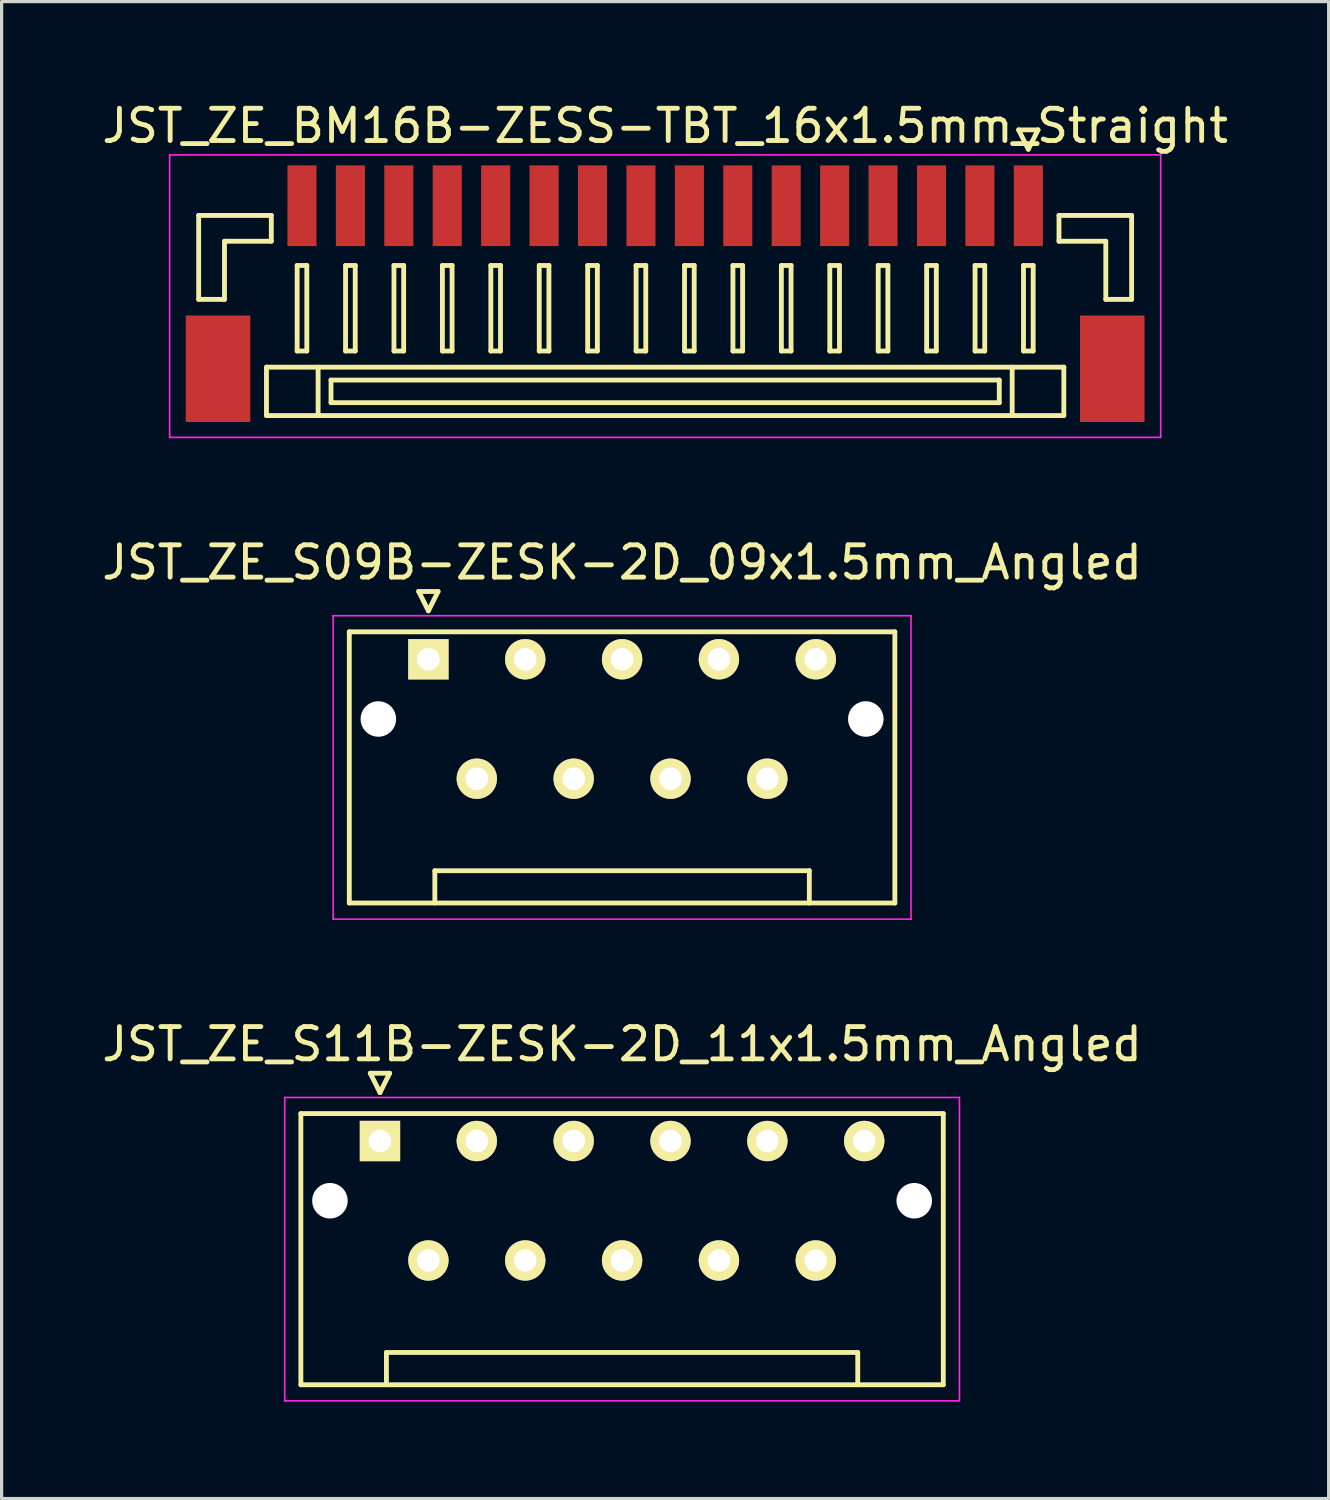
<source format=kicad_pcb>
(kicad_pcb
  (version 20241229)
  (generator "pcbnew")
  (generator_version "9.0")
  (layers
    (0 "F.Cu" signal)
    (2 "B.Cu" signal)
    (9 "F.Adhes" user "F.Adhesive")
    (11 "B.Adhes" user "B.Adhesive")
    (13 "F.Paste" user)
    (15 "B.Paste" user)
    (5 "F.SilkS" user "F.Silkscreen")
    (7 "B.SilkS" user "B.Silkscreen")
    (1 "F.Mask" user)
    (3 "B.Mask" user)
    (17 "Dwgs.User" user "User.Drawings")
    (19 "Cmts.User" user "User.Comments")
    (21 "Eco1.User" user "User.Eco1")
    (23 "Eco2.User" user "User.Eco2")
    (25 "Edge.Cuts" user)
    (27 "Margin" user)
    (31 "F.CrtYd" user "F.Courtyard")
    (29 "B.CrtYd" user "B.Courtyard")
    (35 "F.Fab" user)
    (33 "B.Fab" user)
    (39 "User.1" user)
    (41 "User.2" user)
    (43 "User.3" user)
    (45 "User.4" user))
  (footprint "JST_ZE_BM16B-ZESS-TBT_16x1.5mm_Straight"
    (layer "F.Cu")
    (at 17.554 5.848)
    (property "Reference" "JST_ZE_BM16B-ZESS-TBT_16x1.5mm_Straight" (at 0 -5 0) (layer "F.SilkS") (effects (font (size 1 1) (thickness 0.15))))
    (attr smd)
    (fp_line (start -14.45 -2.225) (end -14.45 0.375) (stroke (width 0.15) (type solid)) (layer "F.SilkS"))
    (fp_line (start -14.45 0.375) (end -13.65 0.375) (stroke (width 0.15) (type solid)) (layer "F.SilkS"))
    (fp_line (start -13.65 -1.425) (end -12.2 -1.425) (stroke (width 0.15) (type solid)) (layer "F.SilkS"))
    (fp_line (start -13.65 0.375) (end -13.65 -1.425) (stroke (width 0.15) (type solid)) (layer "F.SilkS"))
    (fp_line (start -12.35 2.475) (end -12.35 3.975) (stroke (width 0.15) (type solid)) (layer "F.SilkS"))
    (fp_line (start -12.35 3.975) (end 12.35 3.975) (stroke (width 0.15) (type solid)) (layer "F.SilkS"))
    (fp_line (start -12.2 -2.225) (end -14.45 -2.225) (stroke (width 0.15) (type solid)) (layer "F.SilkS"))
    (fp_line (start -12.2 -1.425) (end -12.2 -2.225) (stroke (width 0.15) (type solid)) (layer "F.SilkS"))
    (fp_line (start -11.4 -0.675) (end -11.4 1.975) (stroke (width 0.15) (type solid)) (layer "F.SilkS"))
    (fp_line (start -11.4 1.975) (end -11.1 1.975) (stroke (width 0.15) (type solid)) (layer "F.SilkS"))
    (fp_line (start -11.1 -0.675) (end -11.4 -0.675) (stroke (width 0.15) (type solid)) (layer "F.SilkS"))
    (fp_line (start -11.1 1.975) (end -11.1 -0.675) (stroke (width 0.15) (type solid)) (layer "F.SilkS"))
    (fp_line (start -10.75 2.475) (end -10.75 3.975) (stroke (width 0.15) (type solid)) (layer "F.SilkS"))
    (fp_line (start -10.35 2.875) (end -10.35 3.575) (stroke (width 0.15) (type solid)) (layer "F.SilkS"))
    (fp_line (start -10.35 3.575) (end 10.35 3.575) (stroke (width 0.15) (type solid)) (layer "F.SilkS"))
    (fp_line (start -9.9 -0.675) (end -9.9 1.975) (stroke (width 0.15) (type solid)) (layer "F.SilkS"))
    (fp_line (start -9.9 1.975) (end -9.6 1.975) (stroke (width 0.15) (type solid)) (layer "F.SilkS"))
    (fp_line (start -9.6 -0.675) (end -9.9 -0.675) (stroke (width 0.15) (type solid)) (layer "F.SilkS"))
    (fp_line (start -9.6 1.975) (end -9.6 -0.675) (stroke (width 0.15) (type solid)) (layer "F.SilkS"))
    (fp_line (start -8.4 -0.675) (end -8.4 1.975) (stroke (width 0.15) (type solid)) (layer "F.SilkS"))
    (fp_line (start -8.4 1.975) (end -8.1 1.975) (stroke (width 0.15) (type solid)) (layer "F.SilkS"))
    (fp_line (start -8.1 -0.675) (end -8.4 -0.675) (stroke (width 0.15) (type solid)) (layer "F.SilkS"))
    (fp_line (start -8.1 1.975) (end -8.1 -0.675) (stroke (width 0.15) (type solid)) (layer "F.SilkS"))
    (fp_line (start -6.9 -0.675) (end -6.9 1.975) (stroke (width 0.15) (type solid)) (layer "F.SilkS"))
    (fp_line (start -6.9 1.975) (end -6.6 1.975) (stroke (width 0.15) (type solid)) (layer "F.SilkS"))
    (fp_line (start -6.6 -0.675) (end -6.9 -0.675) (stroke (width 0.15) (type solid)) (layer "F.SilkS"))
    (fp_line (start -6.6 1.975) (end -6.6 -0.675) (stroke (width 0.15) (type solid)) (layer "F.SilkS"))
    (fp_line (start -5.4 -0.675) (end -5.4 1.975) (stroke (width 0.15) (type solid)) (layer "F.SilkS"))
    (fp_line (start -5.4 1.975) (end -5.1 1.975) (stroke (width 0.15) (type solid)) (layer "F.SilkS"))
    (fp_line (start -5.1 -0.675) (end -5.4 -0.675) (stroke (width 0.15) (type solid)) (layer "F.SilkS"))
    (fp_line (start -5.1 1.975) (end -5.1 -0.675) (stroke (width 0.15) (type solid)) (layer "F.SilkS"))
    (fp_line (start -3.9 -0.675) (end -3.9 1.975) (stroke (width 0.15) (type solid)) (layer "F.SilkS"))
    (fp_line (start -3.9 1.975) (end -3.6 1.975) (stroke (width 0.15) (type solid)) (layer "F.SilkS"))
    (fp_line (start -3.6 -0.675) (end -3.9 -0.675) (stroke (width 0.15) (type solid)) (layer "F.SilkS"))
    (fp_line (start -3.6 1.975) (end -3.6 -0.675) (stroke (width 0.15) (type solid)) (layer "F.SilkS"))
    (fp_line (start -2.4 -0.675) (end -2.4 1.975) (stroke (width 0.15) (type solid)) (layer "F.SilkS"))
    (fp_line (start -2.4 1.975) (end -2.1 1.975) (stroke (width 0.15) (type solid)) (layer "F.SilkS"))
    (fp_line (start -2.1 -0.675) (end -2.4 -0.675) (stroke (width 0.15) (type solid)) (layer "F.SilkS"))
    (fp_line (start -2.1 1.975) (end -2.1 -0.675) (stroke (width 0.15) (type solid)) (layer "F.SilkS"))
    (fp_line (start -0.9 -0.675) (end -0.9 1.975) (stroke (width 0.15) (type solid)) (layer "F.SilkS"))
    (fp_line (start -0.9 1.975) (end -0.6 1.975) (stroke (width 0.15) (type solid)) (layer "F.SilkS"))
    (fp_line (start -0.6 -0.675) (end -0.9 -0.675) (stroke (width 0.15) (type solid)) (layer "F.SilkS"))
    (fp_line (start -0.6 1.975) (end -0.6 -0.675) (stroke (width 0.15) (type solid)) (layer "F.SilkS"))
    (fp_line (start 0.6 -0.675) (end 0.6 1.975) (stroke (width 0.15) (type solid)) (layer "F.SilkS"))
    (fp_line (start 0.6 1.975) (end 0.9 1.975) (stroke (width 0.15) (type solid)) (layer "F.SilkS"))
    (fp_line (start 0.9 -0.675) (end 0.6 -0.675) (stroke (width 0.15) (type solid)) (layer "F.SilkS"))
    (fp_line (start 0.9 1.975) (end 0.9 -0.675) (stroke (width 0.15) (type solid)) (layer "F.SilkS"))
    (fp_line (start 2.1 -0.675) (end 2.1 1.975) (stroke (width 0.15) (type solid)) (layer "F.SilkS"))
    (fp_line (start 2.1 1.975) (end 2.4 1.975) (stroke (width 0.15) (type solid)) (layer "F.SilkS"))
    (fp_line (start 2.4 -0.675) (end 2.1 -0.675) (stroke (width 0.15) (type solid)) (layer "F.SilkS"))
    (fp_line (start 2.4 1.975) (end 2.4 -0.675) (stroke (width 0.15) (type solid)) (layer "F.SilkS"))
    (fp_line (start 3.6 -0.675) (end 3.6 1.975) (stroke (width 0.15) (type solid)) (layer "F.SilkS"))
    (fp_line (start 3.6 1.975) (end 3.9 1.975) (stroke (width 0.15) (type solid)) (layer "F.SilkS"))
    (fp_line (start 3.9 -0.675) (end 3.6 -0.675) (stroke (width 0.15) (type solid)) (layer "F.SilkS"))
    (fp_line (start 3.9 1.975) (end 3.9 -0.675) (stroke (width 0.15) (type solid)) (layer "F.SilkS"))
    (fp_line (start 5.1 -0.675) (end 5.1 1.975) (stroke (width 0.15) (type solid)) (layer "F.SilkS"))
    (fp_line (start 5.1 1.975) (end 5.4 1.975) (stroke (width 0.15) (type solid)) (layer "F.SilkS"))
    (fp_line (start 5.4 -0.675) (end 5.1 -0.675) (stroke (width 0.15) (type solid)) (layer "F.SilkS"))
    (fp_line (start 5.4 1.975) (end 5.4 -0.675) (stroke (width 0.15) (type solid)) (layer "F.SilkS"))
    (fp_line (start 6.6 -0.675) (end 6.6 1.975) (stroke (width 0.15) (type solid)) (layer "F.SilkS"))
    (fp_line (start 6.6 1.975) (end 6.9 1.975) (stroke (width 0.15) (type solid)) (layer "F.SilkS"))
    (fp_line (start 6.9 -0.675) (end 6.6 -0.675) (stroke (width 0.15) (type solid)) (layer "F.SilkS"))
    (fp_line (start 6.9 1.975) (end 6.9 -0.675) (stroke (width 0.15) (type solid)) (layer "F.SilkS"))
    (fp_line (start 8.1 -0.675) (end 8.1 1.975) (stroke (width 0.15) (type solid)) (layer "F.SilkS"))
    (fp_line (start 8.1 1.975) (end 8.4 1.975) (stroke (width 0.15) (type solid)) (layer "F.SilkS"))
    (fp_line (start 8.4 -0.675) (end 8.1 -0.675) (stroke (width 0.15) (type solid)) (layer "F.SilkS"))
    (fp_line (start 8.4 1.975) (end 8.4 -0.675) (stroke (width 0.15) (type solid)) (layer "F.SilkS"))
    (fp_line (start 9.6 -0.675) (end 9.6 1.975) (stroke (width 0.15) (type solid)) (layer "F.SilkS"))
    (fp_line (start 9.6 1.975) (end 9.9 1.975) (stroke (width 0.15) (type solid)) (layer "F.SilkS"))
    (fp_line (start 9.9 -0.675) (end 9.6 -0.675) (stroke (width 0.15) (type solid)) (layer "F.SilkS"))
    (fp_line (start 9.9 1.975) (end 9.9 -0.675) (stroke (width 0.15) (type solid)) (layer "F.SilkS"))
    (fp_line (start 10.35 2.875) (end -10.35 2.875) (stroke (width 0.15) (type solid)) (layer "F.SilkS"))
    (fp_line (start 10.35 3.575) (end 10.35 2.875) (stroke (width 0.15) (type solid)) (layer "F.SilkS"))
    (fp_line (start 10.75 2.475) (end 10.75 3.975) (stroke (width 0.15) (type solid)) (layer "F.SilkS"))
    (fp_line (start 10.95 -4.875) (end 11.25 -4.275) (stroke (width 0.15) (type solid)) (layer "F.SilkS"))
    (fp_line (start 11.1 -0.675) (end 11.1 1.975) (stroke (width 0.15) (type solid)) (layer "F.SilkS"))
    (fp_line (start 11.1 1.975) (end 11.4 1.975) (stroke (width 0.15) (type solid)) (layer "F.SilkS"))
    (fp_line (start 11.25 -4.275) (end 11.55 -4.875) (stroke (width 0.15) (type solid)) (layer "F.SilkS"))
    (fp_line (start 11.4 -0.675) (end 11.1 -0.675) (stroke (width 0.15) (type solid)) (layer "F.SilkS"))
    (fp_line (start 11.4 1.975) (end 11.4 -0.675) (stroke (width 0.15) (type solid)) (layer "F.SilkS"))
    (fp_line (start 11.55 -4.875) (end 10.95 -4.875) (stroke (width 0.15) (type solid)) (layer "F.SilkS"))
    (fp_line (start 12.2 -2.225) (end 14.45 -2.225) (stroke (width 0.15) (type solid)) (layer "F.SilkS"))
    (fp_line (start 12.2 -1.425) (end 12.2 -2.225) (stroke (width 0.15) (type solid)) (layer "F.SilkS"))
    (fp_line (start 12.35 2.475) (end -12.35 2.475) (stroke (width 0.15) (type solid)) (layer "F.SilkS"))
    (fp_line (start 12.35 3.975) (end 12.35 2.475) (stroke (width 0.15) (type solid)) (layer "F.SilkS"))
    (fp_line (start 13.65 -1.425) (end 12.2 -1.425) (stroke (width 0.15) (type solid)) (layer "F.SilkS"))
    (fp_line (start 13.65 0.375) (end 13.65 -1.425) (stroke (width 0.15) (type solid)) (layer "F.SilkS"))
    (fp_line (start 14.45 -2.225) (end 14.45 0.375) (stroke (width 0.15) (type solid)) (layer "F.SilkS"))
    (fp_line (start 14.45 0.375) (end 13.65 0.375) (stroke (width 0.15) (type solid)) (layer "F.SilkS"))
    (fp_line (start -15.35 -4.1) (end -15.35 4.65) (stroke (width 0.05) (type solid)) (layer "F.CrtYd"))
    (fp_line (start -15.35 4.65) (end 15.35 4.65) (stroke (width 0.05) (type solid)) (layer "F.CrtYd"))
    (fp_line (start 15.35 -4.1) (end -15.35 -4.1) (stroke (width 0.05) (type solid)) (layer "F.CrtYd"))
    (fp_line (start 15.35 4.65) (end 15.35 -4.1) (stroke (width 0.05) (type solid)) (layer "F.CrtYd"))
    (pad "" smd rect (at -13.85 2.525) (size 2 3.3) (layers "F.Cu" "F.Mask" "F.Paste"))
    (pad "" smd rect (at 13.85 2.525) (size 2 3.3) (layers "F.Cu" "F.Mask" "F.Paste"))
    (pad "1" smd rect (at 11.25 -2.525) (size 0.9 2.5) (layers "F.Cu" "F.Mask" "F.Paste"))
    (pad "2" smd rect (at 9.75 -2.525) (size 0.9 2.5) (layers "F.Cu" "F.Mask" "F.Paste"))
    (pad "3" smd rect (at 8.25 -2.525) (size 0.9 2.5) (layers "F.Cu" "F.Mask" "F.Paste"))
    (pad "4" smd rect (at 6.75 -2.525) (size 0.9 2.5) (layers "F.Cu" "F.Mask" "F.Paste"))
    (pad "5" smd rect (at 5.25 -2.525) (size 0.9 2.5) (layers "F.Cu" "F.Mask" "F.Paste"))
    (pad "6" smd rect (at 3.75 -2.525) (size 0.9 2.5) (layers "F.Cu" "F.Mask" "F.Paste"))
    (pad "7" smd rect (at 2.25 -2.525) (size 0.9 2.5) (layers "F.Cu" "F.Mask" "F.Paste"))
    (pad "8" smd rect (at 0.75 -2.525) (size 0.9 2.5) (layers "F.Cu" "F.Mask" "F.Paste"))
    (pad "9" smd rect (at -0.75 -2.525) (size 0.9 2.5) (layers "F.Cu" "F.Mask" "F.Paste"))
    (pad "10" smd rect (at -2.25 -2.525) (size 0.9 2.5) (layers "F.Cu" "F.Mask" "F.Paste"))
    (pad "11" smd rect (at -3.75 -2.525) (size 0.9 2.5) (layers "F.Cu" "F.Mask" "F.Paste"))
    (pad "12" smd rect (at -5.25 -2.525) (size 0.9 2.5) (layers "F.Cu" "F.Mask" "F.Paste"))
    (pad "13" smd rect (at -6.75 -2.525) (size 0.9 2.5) (layers "F.Cu" "F.Mask" "F.Paste"))
    (pad "14" smd rect (at -8.25 -2.525) (size 0.9 2.5) (layers "F.Cu" "F.Mask" "F.Paste"))
    (pad "15" smd rect (at -9.75 -2.525) (size 0.9 2.5) (layers "F.Cu" "F.Mask" "F.Paste"))
    (pad "16" smd rect (at -11.25 -2.525) (size 0.9 2.5) (layers "F.Cu" "F.Mask" "F.Paste")))
  (footprint "JST_ZE_S09B-ZESK-2D_09x1.5mm_Angled"
    (layer "F.Cu")
    (at 10.22 17.372)
    (property "Reference" "JST_ZE_S09B-ZESK-2D_09x1.5mm_Angled" (at 6 -3 0) (layer "F.SilkS") (effects (font (size 1 1) (thickness 0.15))))
    (attr through_hole)
    (fp_line (start -2.45 -0.85) (end -2.45 7.55) (stroke (width 0.15) (type solid)) (layer "F.SilkS"))
    (fp_line (start -2.45 7.55) (end 14.45 7.55) (stroke (width 0.15) (type solid)) (layer "F.SilkS"))
    (fp_line (start -0.3 -2.1) (end 0.3 -2.1) (stroke (width 0.15) (type solid)) (layer "F.SilkS"))
    (fp_line (start 0 -1.5) (end -0.3 -2.1) (stroke (width 0.15) (type solid)) (layer "F.SilkS"))
    (fp_line (start 0.2 6.55) (end 11.8 6.55) (stroke (width 0.15) (type solid)) (layer "F.SilkS"))
    (fp_line (start 0.2 7.55) (end 0.2 6.55) (stroke (width 0.15) (type solid)) (layer "F.SilkS"))
    (fp_line (start 0.3 -2.1) (end 0 -1.5) (stroke (width 0.15) (type solid)) (layer "F.SilkS"))
    (fp_line (start 11.8 6.55) (end 11.8 7.55) (stroke (width 0.15) (type solid)) (layer "F.SilkS"))
    (fp_line (start 14.45 -0.85) (end -2.45 -0.85) (stroke (width 0.15) (type solid)) (layer "F.SilkS"))
    (fp_line (start 14.45 7.55) (end 14.45 -0.85) (stroke (width 0.15) (type solid)) (layer "F.SilkS"))
    (fp_line (start -2.95 -1.35) (end -2.95 8.05) (stroke (width 0.05) (type solid)) (layer "F.CrtYd"))
    (fp_line (start -2.95 8.05) (end 14.95 8.05) (stroke (width 0.05) (type solid)) (layer "F.CrtYd"))
    (fp_line (start 14.95 -1.35) (end -2.95 -1.35) (stroke (width 0.05) (type solid)) (layer "F.CrtYd"))
    (fp_line (start 14.95 8.05) (end 14.95 -1.35) (stroke (width 0.05) (type solid)) (layer "F.CrtYd"))
    (pad "" np_thru_hole circle (at -1.55 1.85) (size 1.1 1.1) (drill 1.1) (layers "*.Cu"))
    (pad "" np_thru_hole circle (at 13.55 1.85) (size 1.1 1.1) (drill 1.1) (layers "*.Cu"))
    (pad "1" thru_hole rect (at 0 0) (size 1.25 1.25) (drill 0.7) (layers "*.Cu" "*.Mask" "F.SilkS"))
    (pad "2" thru_hole circle (at 1.5 3.7) (size 1.25 1.25) (drill 0.7) (layers "*.Cu" "*.Mask" "F.SilkS"))
    (pad "3" thru_hole circle (at 3 0) (size 1.25 1.25) (drill 0.7) (layers "*.Cu" "*.Mask" "F.SilkS"))
    (pad "4" thru_hole circle (at 4.5 3.7) (size 1.25 1.25) (drill 0.7) (layers "*.Cu" "*.Mask" "F.SilkS"))
    (pad "5" thru_hole circle (at 6 0) (size 1.25 1.25) (drill 0.7) (layers "*.Cu" "*.Mask" "F.SilkS"))
    (pad "6" thru_hole circle (at 7.5 3.7) (size 1.25 1.25) (drill 0.7) (layers "*.Cu" "*.Mask" "F.SilkS"))
    (pad "7" thru_hole circle (at 9 0) (size 1.25 1.25) (drill 0.7) (layers "*.Cu" "*.Mask" "F.SilkS"))
    (pad "8" thru_hole circle (at 10.5 3.7) (size 1.25 1.25) (drill 0.7) (layers "*.Cu" "*.Mask" "F.SilkS"))
    (pad "9" thru_hole circle (at 12 0) (size 1.25 1.25) (drill 0.7) (layers "*.Cu" "*.Mask" "F.SilkS")))
  (footprint "JST_ZE_S11B-ZESK-2D_11x1.5mm_Angled"
    (layer "F.Cu")
    (at 8.72 32.295)
    (property "Reference" "JST_ZE_S11B-ZESK-2D_11x1.5mm_Angled" (at 7.5 -3 0) (layer "F.SilkS") (effects (font (size 1 1) (thickness 0.15))))
    (attr through_hole)
    (fp_line (start -2.45 -0.85) (end -2.45 7.55) (stroke (width 0.15) (type solid)) (layer "F.SilkS"))
    (fp_line (start -2.45 7.55) (end 17.45 7.55) (stroke (width 0.15) (type solid)) (layer "F.SilkS"))
    (fp_line (start -0.3 -2.1) (end 0.3 -2.1) (stroke (width 0.15) (type solid)) (layer "F.SilkS"))
    (fp_line (start 0 -1.5) (end -0.3 -2.1) (stroke (width 0.15) (type solid)) (layer "F.SilkS"))
    (fp_line (start 0.2 6.55) (end 14.8 6.55) (stroke (width 0.15) (type solid)) (layer "F.SilkS"))
    (fp_line (start 0.2 7.55) (end 0.2 6.55) (stroke (width 0.15) (type solid)) (layer "F.SilkS"))
    (fp_line (start 0.3 -2.1) (end 0 -1.5) (stroke (width 0.15) (type solid)) (layer "F.SilkS"))
    (fp_line (start 14.8 6.55) (end 14.8 7.55) (stroke (width 0.15) (type solid)) (layer "F.SilkS"))
    (fp_line (start 17.45 -0.85) (end -2.45 -0.85) (stroke (width 0.15) (type solid)) (layer "F.SilkS"))
    (fp_line (start 17.45 7.55) (end 17.45 -0.85) (stroke (width 0.15) (type solid)) (layer "F.SilkS"))
    (fp_line (start -2.95 -1.35) (end -2.95 8.05) (stroke (width 0.05) (type solid)) (layer "F.CrtYd"))
    (fp_line (start -2.95 8.05) (end 17.95 8.05) (stroke (width 0.05) (type solid)) (layer "F.CrtYd"))
    (fp_line (start 17.95 -1.35) (end -2.95 -1.35) (stroke (width 0.05) (type solid)) (layer "F.CrtYd"))
    (fp_line (start 17.95 8.05) (end 17.95 -1.35) (stroke (width 0.05) (type solid)) (layer "F.CrtYd"))
    (pad "" np_thru_hole circle (at -1.55 1.85) (size 1.1 1.1) (drill 1.1) (layers "*.Cu"))
    (pad "" np_thru_hole circle (at 16.55 1.85) (size 1.1 1.1) (drill 1.1) (layers "*.Cu"))
    (pad "1" thru_hole rect (at 0 0) (size 1.25 1.25) (drill 0.7) (layers "*.Cu" "*.Mask" "F.SilkS"))
    (pad "2" thru_hole circle (at 1.5 3.7) (size 1.25 1.25) (drill 0.7) (layers "*.Cu" "*.Mask" "F.SilkS"))
    (pad "3" thru_hole circle (at 3 0) (size 1.25 1.25) (drill 0.7) (layers "*.Cu" "*.Mask" "F.SilkS"))
    (pad "4" thru_hole circle (at 4.5 3.7) (size 1.25 1.25) (drill 0.7) (layers "*.Cu" "*.Mask" "F.SilkS"))
    (pad "5" thru_hole circle (at 6 0) (size 1.25 1.25) (drill 0.7) (layers "*.Cu" "*.Mask" "F.SilkS"))
    (pad "6" thru_hole circle (at 7.5 3.7) (size 1.25 1.25) (drill 0.7) (layers "*.Cu" "*.Mask" "F.SilkS"))
    (pad "7" thru_hole circle (at 9 0) (size 1.25 1.25) (drill 0.7) (layers "*.Cu" "*.Mask" "F.SilkS"))
    (pad "8" thru_hole circle (at 10.5 3.7) (size 1.25 1.25) (drill 0.7) (layers "*.Cu" "*.Mask" "F.SilkS"))
    (pad "9" thru_hole circle (at 12 0) (size 1.25 1.25) (drill 0.7) (layers "*.Cu" "*.Mask" "F.SilkS"))
    (pad "10" thru_hole circle (at 13.5 3.7) (size 1.25 1.25) (drill 0.7) (layers "*.Cu" "*.Mask" "F.SilkS"))
    (pad "11" thru_hole circle (at 15 0) (size 1.25 1.25) (drill 0.7) (layers "*.Cu" "*.Mask" "F.SilkS")))
  (gr_rect
    (start -3 -3)
    (end 38.107 43.37)
    (stroke (width 0.1) (type default))
    (fill no)
    (layer "Edge.Cuts")))
</source>
